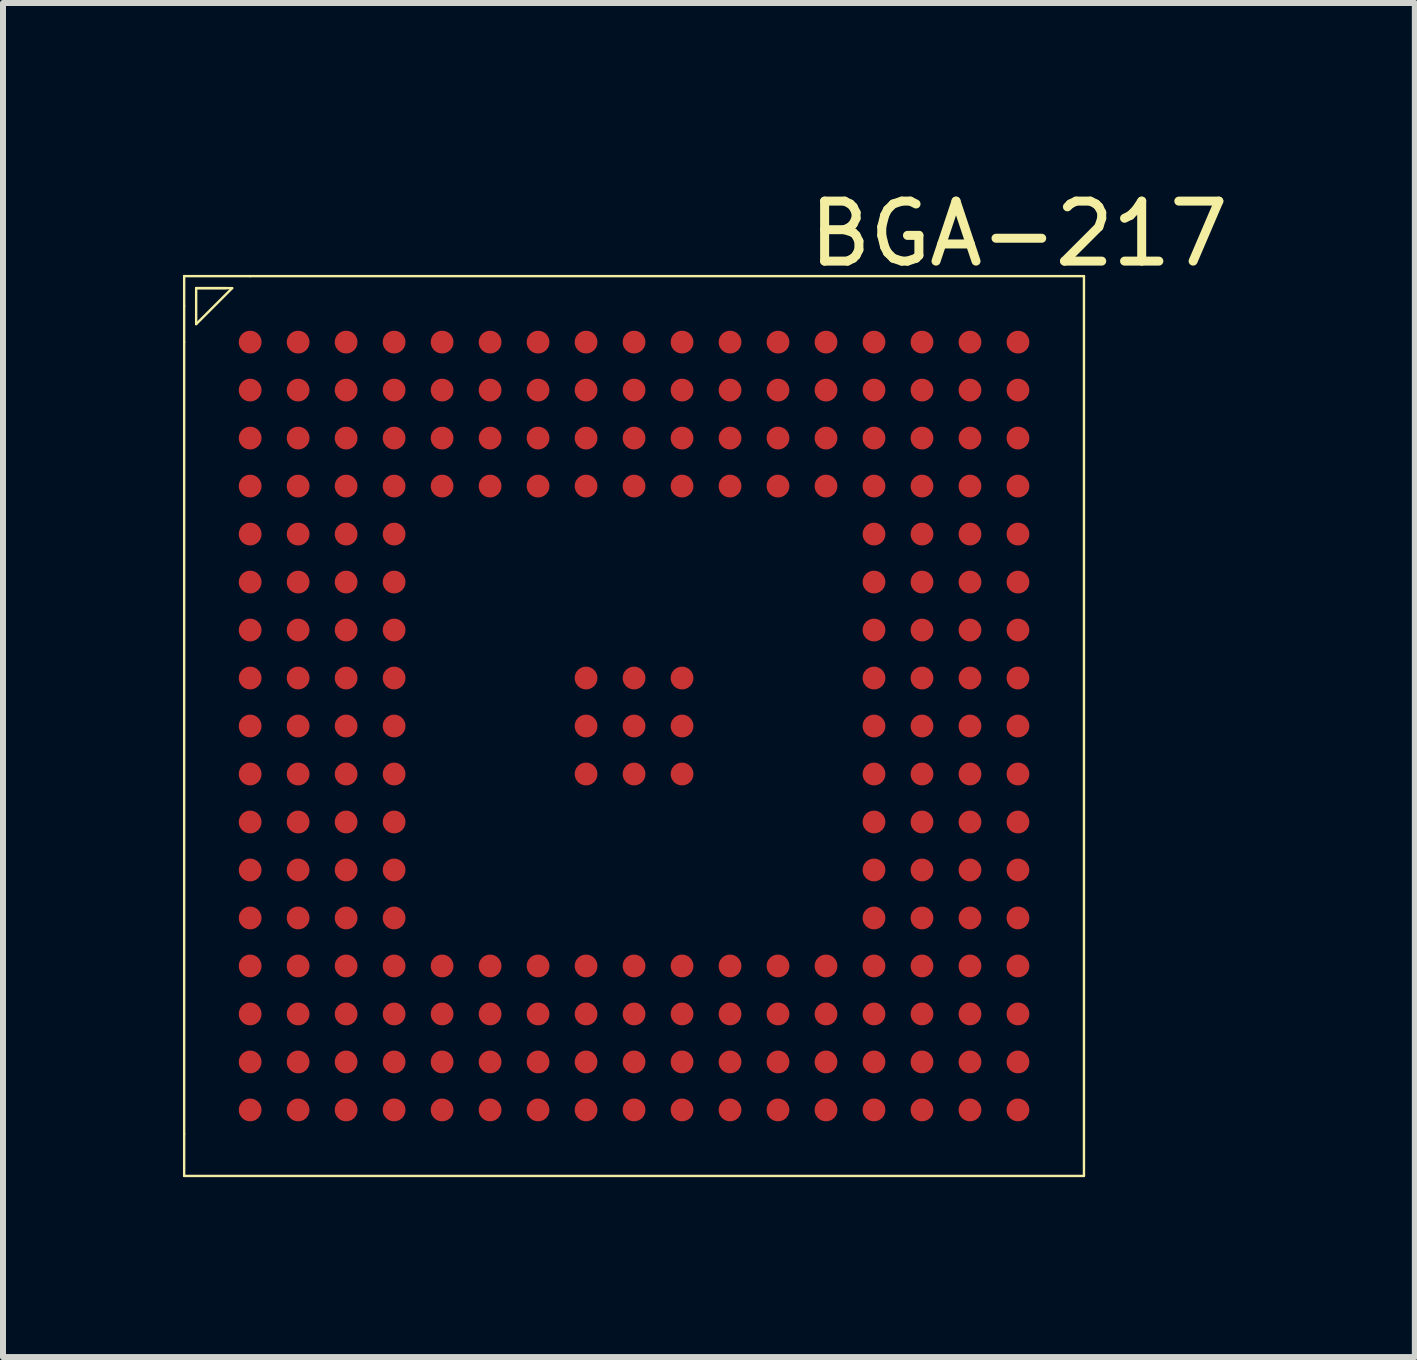
<source format=kicad_pcb>
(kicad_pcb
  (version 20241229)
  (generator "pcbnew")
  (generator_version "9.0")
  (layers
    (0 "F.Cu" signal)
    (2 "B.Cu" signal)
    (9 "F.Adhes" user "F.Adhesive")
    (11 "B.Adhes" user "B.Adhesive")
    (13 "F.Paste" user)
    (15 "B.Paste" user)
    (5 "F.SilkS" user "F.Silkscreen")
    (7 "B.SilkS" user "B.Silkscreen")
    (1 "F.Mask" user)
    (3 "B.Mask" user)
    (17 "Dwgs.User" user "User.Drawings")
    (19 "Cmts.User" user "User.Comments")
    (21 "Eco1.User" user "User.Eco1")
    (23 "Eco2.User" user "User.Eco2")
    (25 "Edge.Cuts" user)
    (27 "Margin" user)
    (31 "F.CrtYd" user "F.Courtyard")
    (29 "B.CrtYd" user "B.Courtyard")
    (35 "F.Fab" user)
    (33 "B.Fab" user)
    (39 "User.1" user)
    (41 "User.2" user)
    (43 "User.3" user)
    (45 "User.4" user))
  (footprint "BGA-217"
    (layer "F.Cu")
    (at 7.75 9.513)
    (property "Reference" "BGA-217" (at 6.185 -8.665 0) (layer "F.SilkS") (effects (font (size 1 1) (thickness 0.15))))
    (attr through_hole)
    (fp_line (start -7.73 -7.46) (end -7.73 -7.96) (stroke (width 0.04) (type solid)) (layer "F.SilkS"))
    (fp_line (start -7.73 -6.86) (end -7.73 -7.46) (stroke (width 0.04) (type solid)) (layer "F.SilkS"))
    (fp_line (start -7.73 -6.86) (end -7.73 6.34) (stroke (width 0.04) (type solid)) (layer "F.SilkS"))
    (fp_line (start -7.73 6.34) (end -7.73 7.04) (stroke (width 0.04) (type solid)) (layer "F.SilkS"))
    (fp_line (start -7.53 -7.76) (end -7.53 -7.16) (stroke (width 0.04) (type solid)) (layer "F.SilkS"))
    (fp_line (start -7.53 -7.76) (end -7.03 -7.76) (stroke (width 0.04) (type solid)) (layer "F.SilkS"))
    (fp_line (start -7.53 -7.76) (end -6.93 -7.76) (stroke (width 0.04) (type solid)) (layer "F.SilkS"))
    (fp_line (start -7.53 -7.16) (end -6.93 -7.76) (stroke (width 0.04) (type solid)) (layer "F.SilkS"))
    (fp_line (start -6.63 -7.96) (end -7.73 -7.96) (stroke (width 0.04) (type solid)) (layer "F.SilkS"))
    (fp_line (start -6.63 -7.96) (end 7.27 -7.96) (stroke (width 0.04) (type solid)) (layer "F.SilkS"))
    (fp_line (start 7.27 -7.96) (end 7.27 7.04) (stroke (width 0.04) (type solid)) (layer "F.SilkS"))
    (fp_line (start 7.27 7.04) (end -7.73 7.04) (stroke (width 0.04) (type solid)) (layer "F.SilkS"))
    (pad "A1" smd circle (at -6.63 -6.86) (size 0.38 0.38) (layers "F.Cu" "F.Mask" "F.Paste"))
    (pad "A2" smd circle (at -5.83 -6.86) (size 0.38 0.38) (layers "F.Cu" "F.Mask" "F.Paste"))
    (pad "A3" smd circle (at -5.03 -6.86) (size 0.38 0.38) (layers "F.Cu" "F.Mask" "F.Paste"))
    (pad "A4" smd circle (at -4.23 -6.86) (size 0.38 0.38) (layers "F.Cu" "F.Mask" "F.Paste"))
    (pad "A5" smd circle (at -3.43 -6.86) (size 0.38 0.38) (layers "F.Cu" "F.Mask" "F.Paste"))
    (pad "A6" smd circle (at -2.63 -6.86) (size 0.38 0.38) (layers "F.Cu" "F.Mask" "F.Paste"))
    (pad "A7" smd circle (at -1.83 -6.86) (size 0.38 0.38) (layers "F.Cu" "F.Mask" "F.Paste"))
    (pad "A8" smd circle (at -1.03 -6.86) (size 0.38 0.38) (layers "F.Cu" "F.Mask" "F.Paste"))
    (pad "A9" smd circle (at -0.23 -6.86) (size 0.38 0.38) (layers "F.Cu" "F.Mask" "F.Paste"))
    (pad "A10" smd circle (at 0.57 -6.86) (size 0.38 0.38) (layers "F.Cu" "F.Mask" "F.Paste"))
    (pad "A11" smd circle (at 1.37 -6.86) (size 0.38 0.38) (layers "F.Cu" "F.Mask" "F.Paste"))
    (pad "A12" smd circle (at 2.17 -6.86) (size 0.38 0.38) (layers "F.Cu" "F.Mask" "F.Paste"))
    (pad "A13" smd circle (at 2.97 -6.86) (size 0.38 0.38) (layers "F.Cu" "F.Mask" "F.Paste"))
    (pad "A14" smd circle (at 3.77 -6.86) (size 0.38 0.38) (layers "F.Cu" "F.Mask" "F.Paste"))
    (pad "A15" smd circle (at 4.57 -6.86) (size 0.38 0.38) (layers "F.Cu" "F.Mask" "F.Paste"))
    (pad "A16" smd circle (at 5.37 -6.86) (size 0.38 0.38) (layers "F.Cu" "F.Mask" "F.Paste"))
    (pad "A17" smd circle (at 6.17 -6.86) (size 0.38 0.38) (layers "F.Cu" "F.Mask" "F.Paste"))
    (pad "B1" smd circle (at -6.63 -6.06) (size 0.38 0.38) (layers "F.Cu" "F.Mask" "F.Paste"))
    (pad "B2" smd circle (at -5.83 -6.06) (size 0.38 0.38) (layers "F.Cu" "F.Mask" "F.Paste"))
    (pad "B3" smd circle (at -5.03 -6.06) (size 0.38 0.38) (layers "F.Cu" "F.Mask" "F.Paste"))
    (pad "B4" smd circle (at -4.23 -6.06) (size 0.38 0.38) (layers "F.Cu" "F.Mask" "F.Paste"))
    (pad "B5" smd circle (at -3.43 -6.06) (size 0.38 0.38) (layers "F.Cu" "F.Mask" "F.Paste"))
    (pad "B6" smd circle (at -2.63 -6.06) (size 0.38 0.38) (layers "F.Cu" "F.Mask" "F.Paste"))
    (pad "B7" smd circle (at -1.83 -6.06) (size 0.38 0.38) (layers "F.Cu" "F.Mask" "F.Paste"))
    (pad "B8" smd circle (at -1.03 -6.06) (size 0.38 0.38) (layers "F.Cu" "F.Mask" "F.Paste"))
    (pad "B9" smd circle (at -0.23 -6.06) (size 0.38 0.38) (layers "F.Cu" "F.Mask" "F.Paste"))
    (pad "B10" smd circle (at 0.57 -6.06) (size 0.38 0.38) (layers "F.Cu" "F.Mask" "F.Paste"))
    (pad "B11" smd circle (at 1.37 -6.06) (size 0.38 0.38) (layers "F.Cu" "F.Mask" "F.Paste"))
    (pad "B12" smd circle (at 2.17 -6.06) (size 0.38 0.38) (layers "F.Cu" "F.Mask" "F.Paste"))
    (pad "B13" smd circle (at 2.97 -6.06) (size 0.38 0.38) (layers "F.Cu" "F.Mask" "F.Paste"))
    (pad "B14" smd circle (at 3.77 -6.06) (size 0.38 0.38) (layers "F.Cu" "F.Mask" "F.Paste"))
    (pad "B15" smd circle (at 4.57 -6.06) (size 0.38 0.38) (layers "F.Cu" "F.Mask" "F.Paste"))
    (pad "B16" smd circle (at 5.37 -6.06) (size 0.38 0.38) (layers "F.Cu" "F.Mask" "F.Paste"))
    (pad "B17" smd circle (at 6.17 -6.06) (size 0.38 0.38) (layers "F.Cu" "F.Mask" "F.Paste"))
    (pad "C1" smd circle (at -6.63 -5.26) (size 0.38 0.38) (layers "F.Cu" "F.Mask" "F.Paste"))
    (pad "C2" smd circle (at -5.83 -5.26) (size 0.38 0.38) (layers "F.Cu" "F.Mask" "F.Paste"))
    (pad "C3" smd circle (at -5.03 -5.26) (size 0.38 0.38) (layers "F.Cu" "F.Mask" "F.Paste"))
    (pad "C4" smd circle (at -4.23 -5.26) (size 0.38 0.38) (layers "F.Cu" "F.Mask" "F.Paste"))
    (pad "C5" smd circle (at -3.43 -5.26) (size 0.38 0.38) (layers "F.Cu" "F.Mask" "F.Paste"))
    (pad "C6" smd circle (at -2.63 -5.26) (size 0.38 0.38) (layers "F.Cu" "F.Mask" "F.Paste"))
    (pad "C7" smd circle (at -1.83 -5.26) (size 0.38 0.38) (layers "F.Cu" "F.Mask" "F.Paste"))
    (pad "C8" smd circle (at -1.03 -5.26) (size 0.38 0.38) (layers "F.Cu" "F.Mask" "F.Paste"))
    (pad "C9" smd circle (at -0.23 -5.26) (size 0.38 0.38) (layers "F.Cu" "F.Mask" "F.Paste"))
    (pad "C10" smd circle (at 0.57 -5.26) (size 0.38 0.38) (layers "F.Cu" "F.Mask" "F.Paste"))
    (pad "C11" smd circle (at 1.37 -5.26) (size 0.38 0.38) (layers "F.Cu" "F.Mask" "F.Paste"))
    (pad "C12" smd circle (at 2.17 -5.26) (size 0.38 0.38) (layers "F.Cu" "F.Mask" "F.Paste"))
    (pad "C13" smd circle (at 2.97 -5.26) (size 0.38 0.38) (layers "F.Cu" "F.Mask" "F.Paste"))
    (pad "C14" smd circle (at 3.77 -5.26) (size 0.38 0.38) (layers "F.Cu" "F.Mask" "F.Paste"))
    (pad "C15" smd circle (at 4.57 -5.26) (size 0.38 0.38) (layers "F.Cu" "F.Mask" "F.Paste"))
    (pad "C16" smd circle (at 5.37 -5.26) (size 0.38 0.38) (layers "F.Cu" "F.Mask" "F.Paste"))
    (pad "C17" smd circle (at 6.17 -5.26) (size 0.38 0.38) (layers "F.Cu" "F.Mask" "F.Paste"))
    (pad "D1" smd circle (at -6.63 -4.46) (size 0.38 0.38) (layers "F.Cu" "F.Mask" "F.Paste"))
    (pad "D2" smd circle (at -5.83 -4.46) (size 0.38 0.38) (layers "F.Cu" "F.Mask" "F.Paste"))
    (pad "D3" smd circle (at -5.03 -4.46) (size 0.38 0.38) (layers "F.Cu" "F.Mask" "F.Paste"))
    (pad "D4" smd circle (at -4.23 -4.46) (size 0.38 0.38) (layers "F.Cu" "F.Mask" "F.Paste"))
    (pad "D5" smd circle (at -3.43 -4.46) (size 0.38 0.38) (layers "F.Cu" "F.Mask" "F.Paste"))
    (pad "D6" smd circle (at -2.63 -4.46) (size 0.38 0.38) (layers "F.Cu" "F.Mask" "F.Paste"))
    (pad "D7" smd circle (at -1.83 -4.46) (size 0.38 0.38) (layers "F.Cu" "F.Mask" "F.Paste"))
    (pad "D8" smd circle (at -1.03 -4.46) (size 0.38 0.38) (layers "F.Cu" "F.Mask" "F.Paste"))
    (pad "D9" smd circle (at -0.23 -4.46) (size 0.38 0.38) (layers "F.Cu" "F.Mask" "F.Paste"))
    (pad "D10" smd circle (at 0.57 -4.46) (size 0.38 0.38) (layers "F.Cu" "F.Mask" "F.Paste"))
    (pad "D11" smd circle (at 1.37 -4.46) (size 0.38 0.38) (layers "F.Cu" "F.Mask" "F.Paste"))
    (pad "D12" smd circle (at 2.17 -4.46) (size 0.38 0.38) (layers "F.Cu" "F.Mask" "F.Paste"))
    (pad "D13" smd circle (at 2.97 -4.46) (size 0.38 0.38) (layers "F.Cu" "F.Mask" "F.Paste"))
    (pad "D14" smd circle (at 3.77 -4.46) (size 0.38 0.38) (layers "F.Cu" "F.Mask" "F.Paste"))
    (pad "D15" smd circle (at 4.57 -4.46) (size 0.38 0.38) (layers "F.Cu" "F.Mask" "F.Paste"))
    (pad "D16" smd circle (at 5.37 -4.46) (size 0.38 0.38) (layers "F.Cu" "F.Mask" "F.Paste"))
    (pad "D17" smd circle (at 6.17 -4.46) (size 0.38 0.38) (layers "F.Cu" "F.Mask" "F.Paste"))
    (pad "E1" smd circle (at -6.63 -3.66) (size 0.38 0.38) (layers "F.Cu" "F.Mask" "F.Paste"))
    (pad "E2" smd circle (at -5.83 -3.66) (size 0.38 0.38) (layers "F.Cu" "F.Mask" "F.Paste"))
    (pad "E3" smd circle (at -5.03 -3.66) (size 0.38 0.38) (layers "F.Cu" "F.Mask" "F.Paste"))
    (pad "E4" smd circle (at -4.23 -3.66) (size 0.38 0.38) (layers "F.Cu" "F.Mask" "F.Paste"))
    (pad "E14" smd circle (at 3.77 -3.66) (size 0.38 0.38) (layers "F.Cu" "F.Mask" "F.Paste"))
    (pad "E15" smd circle (at 4.57 -3.66) (size 0.38 0.38) (layers "F.Cu" "F.Mask" "F.Paste"))
    (pad "E16" smd circle (at 5.37 -3.66) (size 0.38 0.38) (layers "F.Cu" "F.Mask" "F.Paste"))
    (pad "E17" smd circle (at 6.17 -3.66) (size 0.38 0.38) (layers "F.Cu" "F.Mask" "F.Paste"))
    (pad "F1" smd circle (at -6.63 -2.86) (size 0.38 0.38) (layers "F.Cu" "F.Mask" "F.Paste"))
    (pad "F2" smd circle (at -5.83 -2.86) (size 0.38 0.38) (layers "F.Cu" "F.Mask" "F.Paste"))
    (pad "F3" smd circle (at -5.03 -2.86) (size 0.38 0.38) (layers "F.Cu" "F.Mask" "F.Paste"))
    (pad "F4" smd circle (at -4.23 -2.86) (size 0.38 0.38) (layers "F.Cu" "F.Mask" "F.Paste"))
    (pad "F14" smd circle (at 3.77 -2.86) (size 0.38 0.38) (layers "F.Cu" "F.Mask" "F.Paste"))
    (pad "F15" smd circle (at 4.57 -2.86) (size 0.38 0.38) (layers "F.Cu" "F.Mask" "F.Paste"))
    (pad "F16" smd circle (at 5.37 -2.86) (size 0.38 0.38) (layers "F.Cu" "F.Mask" "F.Paste"))
    (pad "F17" smd circle (at 6.17 -2.86) (size 0.38 0.38) (layers "F.Cu" "F.Mask" "F.Paste"))
    (pad "G1" smd circle (at -6.63 -2.06) (size 0.38 0.38) (layers "F.Cu" "F.Mask" "F.Paste"))
    (pad "G2" smd circle (at -5.83 -2.06) (size 0.38 0.38) (layers "F.Cu" "F.Mask" "F.Paste"))
    (pad "G3" smd circle (at -5.03 -2.06) (size 0.38 0.38) (layers "F.Cu" "F.Mask" "F.Paste"))
    (pad "G4" smd circle (at -4.23 -2.06) (size 0.38 0.38) (layers "F.Cu" "F.Mask" "F.Paste"))
    (pad "G14" smd circle (at 3.77 -2.06) (size 0.38 0.38) (layers "F.Cu" "F.Mask" "F.Paste"))
    (pad "G15" smd circle (at 4.57 -2.06) (size 0.38 0.38) (layers "F.Cu" "F.Mask" "F.Paste"))
    (pad "G16" smd circle (at 5.37 -2.06) (size 0.38 0.38) (layers "F.Cu" "F.Mask" "F.Paste"))
    (pad "G17" smd circle (at 6.17 -2.06) (size 0.38 0.38) (layers "F.Cu" "F.Mask" "F.Paste"))
    (pad "H1" smd circle (at -6.63 -1.26) (size 0.38 0.38) (layers "F.Cu" "F.Mask" "F.Paste"))
    (pad "H2" smd circle (at -5.83 -1.26) (size 0.38 0.38) (layers "F.Cu" "F.Mask" "F.Paste"))
    (pad "H3" smd circle (at -5.03 -1.26) (size 0.38 0.38) (layers "F.Cu" "F.Mask" "F.Paste"))
    (pad "H4" smd circle (at -4.23 -1.26) (size 0.38 0.38) (layers "F.Cu" "F.Mask" "F.Paste"))
    (pad "H8" smd circle (at -1.03 -1.26) (size 0.38 0.38) (layers "F.Cu" "F.Mask" "F.Paste"))
    (pad "H9" smd circle (at -0.23 -1.26) (size 0.38 0.38) (layers "F.Cu" "F.Mask" "F.Paste"))
    (pad "H10" smd circle (at 0.57 -1.26) (size 0.38 0.38) (layers "F.Cu" "F.Mask" "F.Paste"))
    (pad "H14" smd circle (at 3.77 -1.26) (size 0.38 0.38) (layers "F.Cu" "F.Mask" "F.Paste"))
    (pad "H15" smd circle (at 4.57 -1.26) (size 0.38 0.38) (layers "F.Cu" "F.Mask" "F.Paste"))
    (pad "H16" smd circle (at 5.37 -1.26) (size 0.38 0.38) (layers "F.Cu" "F.Mask" "F.Paste"))
    (pad "H17" smd circle (at 6.17 -1.26) (size 0.38 0.38) (layers "F.Cu" "F.Mask" "F.Paste"))
    (pad "J1" smd circle (at -6.63 -0.46) (size 0.38 0.38) (layers "F.Cu" "F.Mask" "F.Paste"))
    (pad "J2" smd circle (at -5.83 -0.46) (size 0.38 0.38) (layers "F.Cu" "F.Mask" "F.Paste"))
    (pad "J3" smd circle (at -5.03 -0.46) (size 0.38 0.38) (layers "F.Cu" "F.Mask" "F.Paste"))
    (pad "J4" smd circle (at -4.23 -0.46) (size 0.38 0.38) (layers "F.Cu" "F.Mask" "F.Paste"))
    (pad "J8" smd circle (at -1.03 -0.46) (size 0.38 0.38) (layers "F.Cu" "F.Mask" "F.Paste"))
    (pad "J9" smd circle (at -0.23 -0.46) (size 0.38 0.38) (layers "F.Cu" "F.Mask" "F.Paste"))
    (pad "J10" smd circle (at 0.57 -0.46) (size 0.38 0.38) (layers "F.Cu" "F.Mask" "F.Paste"))
    (pad "J14" smd circle (at 3.77 -0.46) (size 0.38 0.38) (layers "F.Cu" "F.Mask" "F.Paste"))
    (pad "J15" smd circle (at 4.57 -0.46) (size 0.38 0.38) (layers "F.Cu" "F.Mask" "F.Paste"))
    (pad "J16" smd circle (at 5.37 -0.46) (size 0.38 0.38) (layers "F.Cu" "F.Mask" "F.Paste"))
    (pad "J17" smd circle (at 6.17 -0.46) (size 0.38 0.38) (layers "F.Cu" "F.Mask" "F.Paste"))
    (pad "K1" smd circle (at -6.63 0.34) (size 0.38 0.38) (layers "F.Cu" "F.Mask" "F.Paste"))
    (pad "K2" smd circle (at -5.83 0.34) (size 0.38 0.38) (layers "F.Cu" "F.Mask" "F.Paste"))
    (pad "K3" smd circle (at -5.03 0.34) (size 0.38 0.38) (layers "F.Cu" "F.Mask" "F.Paste"))
    (pad "K4" smd circle (at -4.23 0.34) (size 0.38 0.38) (layers "F.Cu" "F.Mask" "F.Paste"))
    (pad "K8" smd circle (at -1.03 0.34) (size 0.38 0.38) (layers "F.Cu" "F.Mask" "F.Paste"))
    (pad "K9" smd circle (at -0.23 0.34) (size 0.38 0.38) (layers "F.Cu" "F.Mask" "F.Paste"))
    (pad "K10" smd circle (at 0.57 0.34) (size 0.38 0.38) (layers "F.Cu" "F.Mask" "F.Paste"))
    (pad "K14" smd circle (at 3.77 0.34) (size 0.38 0.38) (layers "F.Cu" "F.Mask" "F.Paste"))
    (pad "K15" smd circle (at 4.57 0.34) (size 0.38 0.38) (layers "F.Cu" "F.Mask" "F.Paste"))
    (pad "K16" smd circle (at 5.37 0.34) (size 0.38 0.38) (layers "F.Cu" "F.Mask" "F.Paste"))
    (pad "K17" smd circle (at 6.17 0.34) (size 0.38 0.38) (layers "F.Cu" "F.Mask" "F.Paste"))
    (pad "L1" smd circle (at -6.63 1.14) (size 0.38 0.38) (layers "F.Cu" "F.Mask" "F.Paste"))
    (pad "L2" smd circle (at -5.83 1.14) (size 0.38 0.38) (layers "F.Cu" "F.Mask" "F.Paste"))
    (pad "L3" smd circle (at -5.03 1.14) (size 0.38 0.38) (layers "F.Cu" "F.Mask" "F.Paste"))
    (pad "L4" smd circle (at -4.23 1.14) (size 0.38 0.38) (layers "F.Cu" "F.Mask" "F.Paste"))
    (pad "L14" smd circle (at 3.77 1.14) (size 0.38 0.38) (layers "F.Cu" "F.Mask" "F.Paste"))
    (pad "L15" smd circle (at 4.57 1.14) (size 0.38 0.38) (layers "F.Cu" "F.Mask" "F.Paste"))
    (pad "L16" smd circle (at 5.37 1.14) (size 0.38 0.38) (layers "F.Cu" "F.Mask" "F.Paste"))
    (pad "L17" smd circle (at 6.17 1.14) (size 0.38 0.38) (layers "F.Cu" "F.Mask" "F.Paste"))
    (pad "M1" smd circle (at -6.63 1.94) (size 0.38 0.38) (layers "F.Cu" "F.Mask" "F.Paste"))
    (pad "M2" smd circle (at -5.83 1.94) (size 0.38 0.38) (layers "F.Cu" "F.Mask" "F.Paste"))
    (pad "M3" smd circle (at -5.03 1.94) (size 0.38 0.38) (layers "F.Cu" "F.Mask" "F.Paste"))
    (pad "M4" smd circle (at -4.23 1.94) (size 0.38 0.38) (layers "F.Cu" "F.Mask" "F.Paste"))
    (pad "M14" smd circle (at 3.77 1.94) (size 0.38 0.38) (layers "F.Cu" "F.Mask" "F.Paste"))
    (pad "M15" smd circle (at 4.57 1.94) (size 0.38 0.38) (layers "F.Cu" "F.Mask" "F.Paste"))
    (pad "M16" smd circle (at 5.37 1.94) (size 0.38 0.38) (layers "F.Cu" "F.Mask" "F.Paste"))
    (pad "M17" smd circle (at 6.17 1.94) (size 0.38 0.38) (layers "F.Cu" "F.Mask" "F.Paste"))
    (pad "N1" smd circle (at -6.63 2.74) (size 0.38 0.38) (layers "F.Cu" "F.Mask" "F.Paste"))
    (pad "N2" smd circle (at -5.83 2.74) (size 0.38 0.38) (layers "F.Cu" "F.Mask" "F.Paste"))
    (pad "N3" smd circle (at -5.03 2.74) (size 0.38 0.38) (layers "F.Cu" "F.Mask" "F.Paste"))
    (pad "N4" smd circle (at -4.23 2.74) (size 0.38 0.38) (layers "F.Cu" "F.Mask" "F.Paste"))
    (pad "N14" smd circle (at 3.77 2.74) (size 0.38 0.38) (layers "F.Cu" "F.Mask" "F.Paste"))
    (pad "N15" smd circle (at 4.57 2.74) (size 0.38 0.38) (layers "F.Cu" "F.Mask" "F.Paste"))
    (pad "N16" smd circle (at 5.37 2.74) (size 0.38 0.38) (layers "F.Cu" "F.Mask" "F.Paste"))
    (pad "N17" smd circle (at 6.17 2.74) (size 0.38 0.38) (layers "F.Cu" "F.Mask" "F.Paste"))
    (pad "P1" smd circle (at -6.63 3.54) (size 0.38 0.38) (layers "F.Cu" "F.Mask" "F.Paste"))
    (pad "P2" smd circle (at -5.83 3.54) (size 0.38 0.38) (layers "F.Cu" "F.Mask" "F.Paste"))
    (pad "P3" smd circle (at -5.03 3.54) (size 0.38 0.38) (layers "F.Cu" "F.Mask" "F.Paste"))
    (pad "P4" smd circle (at -4.23 3.54) (size 0.38 0.38) (layers "F.Cu" "F.Mask" "F.Paste"))
    (pad "P5" smd circle (at -3.43 3.54) (size 0.38 0.38) (layers "F.Cu" "F.Mask" "F.Paste"))
    (pad "P6" smd circle (at -2.63 3.54) (size 0.38 0.38) (layers "F.Cu" "F.Mask" "F.Paste"))
    (pad "P7" smd circle (at -1.83 3.54) (size 0.38 0.38) (layers "F.Cu" "F.Mask" "F.Paste"))
    (pad "P8" smd circle (at -1.03 3.54) (size 0.38 0.38) (layers "F.Cu" "F.Mask" "F.Paste"))
    (pad "P9" smd circle (at -0.23 3.54) (size 0.38 0.38) (layers "F.Cu" "F.Mask" "F.Paste"))
    (pad "P10" smd circle (at 0.57 3.54) (size 0.38 0.38) (layers "F.Cu" "F.Mask" "F.Paste"))
    (pad "P11" smd circle (at 1.37 3.54) (size 0.38 0.38) (layers "F.Cu" "F.Mask" "F.Paste"))
    (pad "P12" smd circle (at 2.17 3.54) (size 0.38 0.38) (layers "F.Cu" "F.Mask" "F.Paste"))
    (pad "P13" smd circle (at 2.97 3.54) (size 0.38 0.38) (layers "F.Cu" "F.Mask" "F.Paste"))
    (pad "P14" smd circle (at 3.77 3.54) (size 0.38 0.38) (layers "F.Cu" "F.Mask" "F.Paste"))
    (pad "P15" smd circle (at 4.57 3.54) (size 0.38 0.38) (layers "F.Cu" "F.Mask" "F.Paste"))
    (pad "P16" smd circle (at 5.37 3.54) (size 0.38 0.38) (layers "F.Cu" "F.Mask" "F.Paste"))
    (pad "P17" smd circle (at 6.17 3.54) (size 0.38 0.38) (layers "F.Cu" "F.Mask" "F.Paste"))
    (pad "R1" smd circle (at -6.63 4.34) (size 0.38 0.38) (layers "F.Cu" "F.Mask" "F.Paste"))
    (pad "R2" smd circle (at -5.83 4.34) (size 0.38 0.38) (layers "F.Cu" "F.Mask" "F.Paste"))
    (pad "R3" smd circle (at -5.03 4.34) (size 0.38 0.38) (layers "F.Cu" "F.Mask" "F.Paste"))
    (pad "R4" smd circle (at -4.23 4.34) (size 0.38 0.38) (layers "F.Cu" "F.Mask" "F.Paste"))
    (pad "R5" smd circle (at -3.43 4.34) (size 0.38 0.38) (layers "F.Cu" "F.Mask" "F.Paste"))
    (pad "R6" smd circle (at -2.63 4.34) (size 0.38 0.38) (layers "F.Cu" "F.Mask" "F.Paste"))
    (pad "R7" smd circle (at -1.83 4.34) (size 0.38 0.38) (layers "F.Cu" "F.Mask" "F.Paste"))
    (pad "R8" smd circle (at -1.03 4.34) (size 0.38 0.38) (layers "F.Cu" "F.Mask" "F.Paste"))
    (pad "R9" smd circle (at -0.23 4.34) (size 0.38 0.38) (layers "F.Cu" "F.Mask" "F.Paste"))
    (pad "R10" smd circle (at 0.57 4.34) (size 0.38 0.38) (layers "F.Cu" "F.Mask" "F.Paste"))
    (pad "R11" smd circle (at 1.37 4.34) (size 0.38 0.38) (layers "F.Cu" "F.Mask" "F.Paste"))
    (pad "R12" smd circle (at 2.17 4.34) (size 0.38 0.38) (layers "F.Cu" "F.Mask" "F.Paste"))
    (pad "R13" smd circle (at 2.97 4.34) (size 0.38 0.38) (layers "F.Cu" "F.Mask" "F.Paste"))
    (pad "R14" smd circle (at 3.77 4.34) (size 0.38 0.38) (layers "F.Cu" "F.Mask" "F.Paste"))
    (pad "R15" smd circle (at 4.57 4.34) (size 0.38 0.38) (layers "F.Cu" "F.Mask" "F.Paste"))
    (pad "R16" smd circle (at 5.37 4.34) (size 0.38 0.38) (layers "F.Cu" "F.Mask" "F.Paste"))
    (pad "R17" smd circle (at 6.17 4.34) (size 0.38 0.38) (layers "F.Cu" "F.Mask" "F.Paste"))
    (pad "T1" smd circle (at -6.63 5.14) (size 0.38 0.38) (layers "F.Cu" "F.Mask" "F.Paste"))
    (pad "T2" smd circle (at -5.83 5.14) (size 0.38 0.38) (layers "F.Cu" "F.Mask" "F.Paste"))
    (pad "T3" smd circle (at -5.03 5.14) (size 0.38 0.38) (layers "F.Cu" "F.Mask" "F.Paste"))
    (pad "T4" smd circle (at -4.23 5.14) (size 0.38 0.38) (layers "F.Cu" "F.Mask" "F.Paste"))
    (pad "T5" smd circle (at -3.43 5.14) (size 0.38 0.38) (layers "F.Cu" "F.Mask" "F.Paste"))
    (pad "T6" smd circle (at -2.63 5.14) (size 0.38 0.38) (layers "F.Cu" "F.Mask" "F.Paste"))
    (pad "T7" smd circle (at -1.83 5.14) (size 0.38 0.38) (layers "F.Cu" "F.Mask" "F.Paste"))
    (pad "T8" smd circle (at -1.03 5.14) (size 0.38 0.38) (layers "F.Cu" "F.Mask" "F.Paste"))
    (pad "T9" smd circle (at -0.23 5.14) (size 0.38 0.38) (layers "F.Cu" "F.Mask" "F.Paste"))
    (pad "T10" smd circle (at 0.57 5.14) (size 0.38 0.38) (layers "F.Cu" "F.Mask" "F.Paste"))
    (pad "T11" smd circle (at 1.37 5.14) (size 0.38 0.38) (layers "F.Cu" "F.Mask" "F.Paste"))
    (pad "T12" smd circle (at 2.17 5.14) (size 0.38 0.38) (layers "F.Cu" "F.Mask" "F.Paste"))
    (pad "T13" smd circle (at 2.97 5.14) (size 0.38 0.38) (layers "F.Cu" "F.Mask" "F.Paste"))
    (pad "T14" smd circle (at 3.77 5.14) (size 0.38 0.38) (layers "F.Cu" "F.Mask" "F.Paste"))
    (pad "T15" smd circle (at 4.57 5.14) (size 0.38 0.38) (layers "F.Cu" "F.Mask" "F.Paste"))
    (pad "T16" smd circle (at 5.37 5.14) (size 0.38 0.38) (layers "F.Cu" "F.Mask" "F.Paste"))
    (pad "T17" smd circle (at 6.17 5.14) (size 0.38 0.38) (layers "F.Cu" "F.Mask" "F.Paste"))
    (pad "U1" smd circle (at -6.63 5.94) (size 0.38 0.38) (layers "F.Cu" "F.Mask" "F.Paste"))
    (pad "U2" smd circle (at -5.83 5.94) (size 0.38 0.38) (layers "F.Cu" "F.Mask" "F.Paste"))
    (pad "U3" smd circle (at -5.03 5.94) (size 0.38 0.38) (layers "F.Cu" "F.Mask" "F.Paste"))
    (pad "U4" smd circle (at -4.23 5.94) (size 0.38 0.38) (layers "F.Cu" "F.Mask" "F.Paste"))
    (pad "U5" smd circle (at -3.43 5.94) (size 0.38 0.38) (layers "F.Cu" "F.Mask" "F.Paste"))
    (pad "U6" smd circle (at -2.63 5.94) (size 0.38 0.38) (layers "F.Cu" "F.Mask" "F.Paste"))
    (pad "U7" smd circle (at -1.83 5.94) (size 0.38 0.38) (layers "F.Cu" "F.Mask" "F.Paste"))
    (pad "U8" smd circle (at -1.03 5.94) (size 0.38 0.38) (layers "F.Cu" "F.Mask" "F.Paste"))
    (pad "U9" smd circle (at -0.23 5.94) (size 0.38 0.38) (layers "F.Cu" "F.Mask" "F.Paste"))
    (pad "U10" smd circle (at 0.57 5.94) (size 0.38 0.38) (layers "F.Cu" "F.Mask" "F.Paste"))
    (pad "U11" smd circle (at 1.37 5.94) (size 0.38 0.38) (layers "F.Cu" "F.Mask" "F.Paste"))
    (pad "U12" smd circle (at 2.17 5.94) (size 0.38 0.38) (layers "F.Cu" "F.Mask" "F.Paste"))
    (pad "U13" smd circle (at 2.97 5.94) (size 0.38 0.38) (layers "F.Cu" "F.Mask" "F.Paste"))
    (pad "U14" smd circle (at 3.77 5.94) (size 0.38 0.38) (layers "F.Cu" "F.Mask" "F.Paste"))
    (pad "U15" smd circle (at 4.57 5.94) (size 0.38 0.38) (layers "F.Cu" "F.Mask" "F.Paste"))
    (pad "U16" smd circle (at 5.37 5.94) (size 0.38 0.38) (layers "F.Cu" "F.Mask" "F.Paste"))
    (pad "U17" smd circle (at 6.17 5.94) (size 0.38 0.38) (layers "F.Cu" "F.Mask" "F.Paste")))
  (gr_rect
    (start -3 -3)
    (end 20.536 19.573)
    (stroke (width 0.1) (type default))
    (fill no)
    (layer "Edge.Cuts")))
</source>
